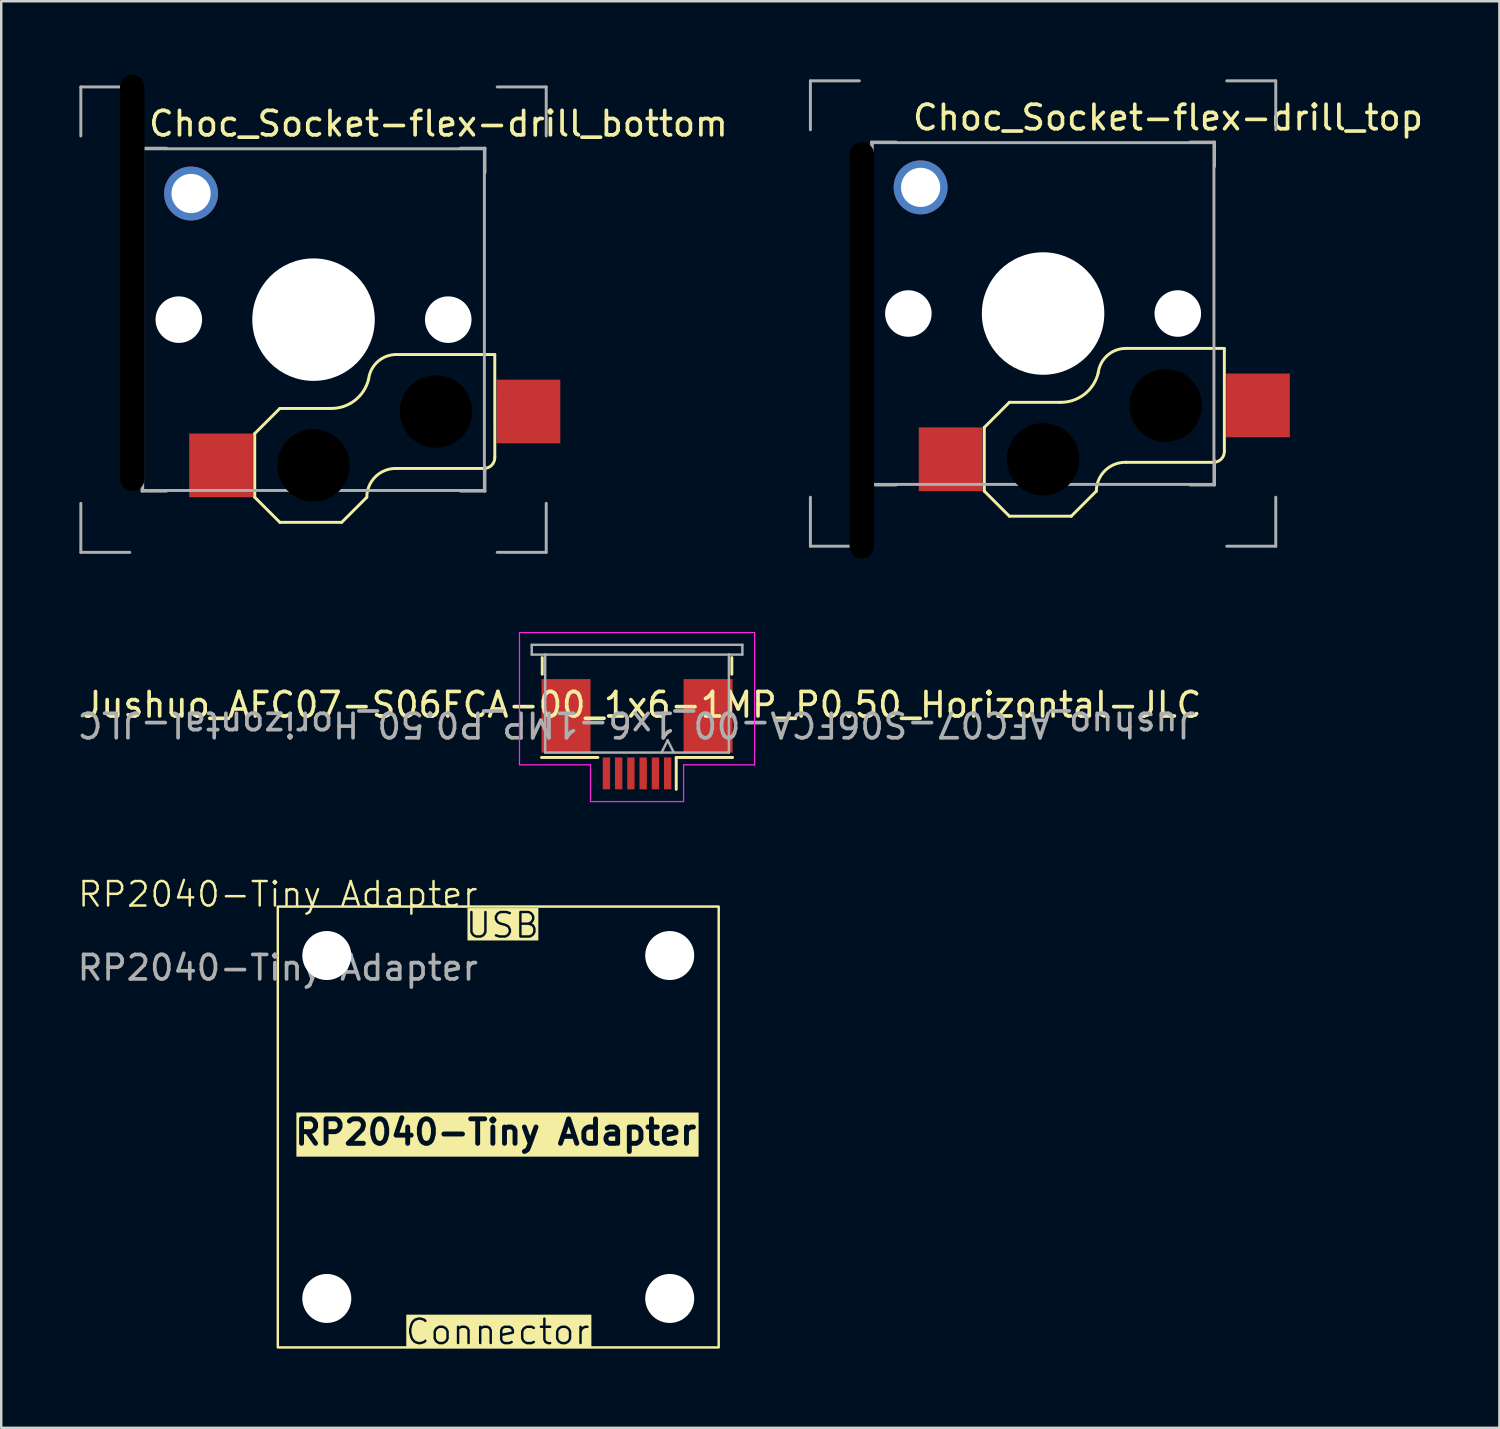
<source format=kicad_pcb>
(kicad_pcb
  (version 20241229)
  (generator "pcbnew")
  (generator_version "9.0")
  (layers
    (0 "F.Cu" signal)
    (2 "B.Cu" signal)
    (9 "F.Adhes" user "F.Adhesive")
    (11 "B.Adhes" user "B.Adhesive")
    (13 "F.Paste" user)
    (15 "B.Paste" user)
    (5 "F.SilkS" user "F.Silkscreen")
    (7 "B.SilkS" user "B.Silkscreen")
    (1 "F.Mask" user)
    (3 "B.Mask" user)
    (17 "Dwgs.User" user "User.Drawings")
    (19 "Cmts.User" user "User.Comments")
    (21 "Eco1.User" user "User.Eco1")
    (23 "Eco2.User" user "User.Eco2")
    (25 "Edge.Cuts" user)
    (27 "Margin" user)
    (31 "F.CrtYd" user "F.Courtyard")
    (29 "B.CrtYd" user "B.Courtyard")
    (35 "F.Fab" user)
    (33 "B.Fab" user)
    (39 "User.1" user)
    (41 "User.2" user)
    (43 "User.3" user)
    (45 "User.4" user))
  (footprint "Choc_Socket-flex-drill_top"
    (layer "F.Cu")
    (at 30.035 0.25)
    (property "Reference" "Choc_Socket-flex-drill_top" (at 14.6 1.5 0) (layer "F.SilkS") (effects (font (size 1 1) (thickness 0.15))))
    (attr through_hole)
    (fp_line (start 7.1 14.15) (end 7.1 16.75) (stroke (width 0.12) (type solid)) (layer "F.SilkS"))
    (fp_line (start 7.1 16.75) (end 8.125 17.775) (stroke (width 0.12) (type solid)) (layer "F.SilkS"))
    (fp_line (start 8.125 13.125) (end 7.1 14.15) (stroke (width 0.12) (type solid)) (layer "F.SilkS"))
    (fp_line (start 8.125 13.125) (end 10.2 13.125) (stroke (width 0.12) (type solid)) (layer "F.SilkS"))
    (fp_line (start 8.125 17.775) (end 10.65 17.775) (stroke (width 0.12) (type solid)) (layer "F.SilkS"))
    (fp_line (start 11.675 16.75) (end 10.65 17.775) (stroke (width 0.12) (type solid)) (layer "F.SilkS"))
    (fp_line (start 12.9 15.575) (end 16.45 15.575) (stroke (width 0.12) (type solid)) (layer "F.SilkS"))
    (fp_line (start 16.9 10.925) (end 12.85 10.925) (stroke (width 0.12) (type solid)) (layer "F.SilkS"))
    (fp_line (start 16.9 10.925) (end 16.901 15.125) (stroke (width 0.12) (type solid)) (layer "F.SilkS"))
    (fp_arc (start 11.675 16.75) (mid 12.038243 15.902636) (end 12.9 15.575) (stroke (width 0.12) (type solid)) (layer "F.SilkS"))
    (fp_arc (start 11.75 11.925) (mid 11.185967 12.797499) (end 10.2 13.125) (stroke (width 0.12) (type solid)) (layer "F.SilkS"))
    (fp_arc (start 11.75 11.925) (mid 12.11384 11.220224) (end 12.85 10.925) (stroke (width 0.12) (type solid)) (layer "F.SilkS"))
    (fp_arc (start 16.901028 15.125) (mid 16.770841 15.445544) (end 16.45 15.575) (stroke (width 0.12) (type solid)) (layer "F.SilkS"))
    (fp_line (start 0 0) (end 0 2) (stroke (width 0.12) (type solid)) (layer "F.Fab"))
    (fp_line (start 0 0) (end 2 0) (stroke (width 0.12) (type solid)) (layer "F.Fab"))
    (fp_line (start 0 19) (end 0 17) (stroke (width 0.12) (type solid)) (layer "F.Fab"))
    (fp_line (start 2 19) (end 0 19) (stroke (width 0.12) (type solid)) (layer "F.Fab"))
    (fp_line (start 2.5 2.5) (end 3.5 2.5) (stroke (width 0.12) (type solid)) (layer "F.Fab"))
    (fp_line (start 2.5 3.5) (end 2.5 2.5) (stroke (width 0.12) (type solid)) (layer "F.Fab"))
    (fp_line (start 2.5 15.5) (end 2.5 16.5) (stroke (width 0.12) (type solid)) (layer "F.Fab"))
    (fp_line (start 2.5 16.5) (end 3.5 16.5) (stroke (width 0.12) (type solid)) (layer "F.Fab"))
    (fp_line (start 2.525 2.525) (end 2.525 16.475) (stroke (width 0.12) (type solid)) (layer "F.Fab"))
    (fp_line (start 2.525 16.475) (end 16.475 16.475) (stroke (width 0.12) (type solid)) (layer "F.Fab"))
    (fp_line (start 15.5 2.5) (end 16.5 2.5) (stroke (width 0.12) (type solid)) (layer "F.Fab"))
    (fp_line (start 16.475 2.525) (end 2.525 2.525) (stroke (width 0.12) (type solid)) (layer "F.Fab"))
    (fp_line (start 16.475 16.475) (end 16.475 2.525) (stroke (width 0.12) (type solid)) (layer "F.Fab"))
    (fp_line (start 16.5 2.5) (end 16.5 3.5) (stroke (width 0.12) (type solid)) (layer "F.Fab"))
    (fp_line (start 16.5 16.5) (end 15.5 16.5) (stroke (width 0.12) (type solid)) (layer "F.Fab"))
    (fp_line (start 16.5 16.5) (end 16.5 15.5) (stroke (width 0.12) (type solid)) (layer "F.Fab"))
    (fp_line (start 17 0) (end 19 0) (stroke (width 0.12) (type solid)) (layer "F.Fab"))
    (fp_line (start 19 0) (end 19 2) (stroke (width 0.12) (type solid)) (layer "F.Fab"))
    (fp_line (start 19 17) (end 19 19) (stroke (width 0.12) (type solid)) (layer "F.Fab"))
    (fp_line (start 19 19) (end 17 19) (stroke (width 0.12) (type solid)) (layer "F.Fab"))
    (fp_line (start 4 10.55) (end 7.05 10.55) (stroke (width 0.1) (type default)) (layer "User.2"))
    (fp_line (start 4.35 14.05) (end 4.35 16.85) (stroke (width 0.1) (type default)) (layer "User.2"))
    (fp_line (start 7 14.05) (end 4.35 14.05) (stroke (width 0.1) (type default)) (layer "User.2"))
    (fp_line (start 7 14.05) (end 8.05 13) (stroke (width 0.1) (type default)) (layer "User.2"))
    (fp_line (start 7 16.85) (end 4.35 16.85) (stroke (width 0.1) (type default)) (layer "User.2"))
    (fp_line (start 7.1 8.451) (end 4 8.45) (stroke (width 0.1) (type default)) (layer "User.2"))
    (fp_line (start 8.05 13) (end 8.25 13) (stroke (width 0.1) (type default)) (layer "User.2"))
    (fp_line (start 8.05 17.9) (end 7 16.85) (stroke (width 0.1) (type default)) (layer "User.2"))
    (fp_line (start 8.05 17.9) (end 10.7 17.9) (stroke (width 0.1) (type default)) (layer "User.2"))
    (fp_line (start 8.25 13) (end 8.25 11.853) (stroke (width 0.1) (type default)) (layer "User.2"))
    (fp_line (start 10.7 17.9) (end 11.8 16.8) (stroke (width 0.1) (type default)) (layer "User.2"))
    (fp_line (start 12.9 15.7) (end 17.05 15.7) (stroke (width 0.1) (type default)) (layer "User.2"))
    (fp_line (start 15 8.45) (end 11.9 8.45) (stroke (width 0.1) (type default)) (layer "User.2"))
    (fp_line (start 16.05 10.8) (end 16.05 9.5) (stroke (width 0.1) (type default)) (layer "User.2"))
    (fp_line (start 17.05 10.8) (end 16.05 10.8) (stroke (width 0.1) (type default)) (layer "User.2"))
    (fp_line (start 17.05 11.85) (end 17.05 10.8) (stroke (width 0.1) (type default)) (layer "User.2"))
    (fp_line (start 17.05 11.85) (end 19.65 11.85) (stroke (width 0.1) (type default)) (layer "User.2"))
    (fp_line (start 17.05 14.65) (end 17.05 15.7) (stroke (width 0.1) (type default)) (layer "User.2"))
    (fp_line (start 17.05 14.65) (end 19.65 14.65) (stroke (width 0.1) (type default)) (layer "User.2"))
    (fp_line (start 19.65 14.65) (end 19.65 11.85) (stroke (width 0.1) (type default)) (layer "User.2"))
    (fp_arc (start 4 10.55) (mid 2.95 9.5) (end 4 8.45) (stroke (width 0.1) (type default)) (layer "User.2"))
    (fp_arc (start 7.100001 8.450001) (mid 9.5 6.880364) (end 11.899999 8.450001) (stroke (width 0.1) (type default)) (layer "User.2"))
    (fp_arc (start 8.25 11.853313) (mid 7.538888 11.304057) (end 7.050762 10.549674) (stroke (width 0.1) (type default)) (layer "User.2"))
    (fp_arc (start 11.8 16.8) (mid 12.122183 16.022183) (end 12.9 15.7) (stroke (width 0.1) (type default)) (layer "User.2"))
    (fp_arc (start 15 8.45) (mid 15.742462 8.757538) (end 16.05 9.5) (stroke (width 0.1) (type default)) (layer "User.2"))
    (fp_circle (center 4.5 4.35) (end 5.35 4.35) (stroke (width 0.1) (type default)) (fill no) (layer "User.2"))
    (fp_circle (center 4 9.5) (end 5 9.5) (stroke (width 0.1) (type default)) (fill no) (layer "User.3"))
    (fp_circle (center 4.5 4.35) (end 5.35 4.35) (stroke (width 0.1) (type default)) (fill no) (layer "User.3"))
    (fp_circle (center 9.5 9.5) (end 12.05 9.45) (stroke (width 0.1) (type default)) (fill no) (layer "User.3"))
    (fp_circle (center 9.5 15.45) (end 11.05 15.45) (stroke (width 0.1) (type default)) (fill no) (layer "User.3"))
    (fp_circle (center 14.5 13.25) (end 16.05 13.25) (stroke (width 0.1) (type default)) (fill no) (layer "User.3"))
    (fp_circle (center 15 9.5) (end 14 9.5) (stroke (width 0.1) (type default)) (fill no) (layer "User.3"))
    (pad "" np_thru_hole oval (at 2.1 11) (size 1 17) (drill oval 1 17) (layers "*.Mask"))
    (pad "" np_thru_hole circle (at 4 9.5 90) (size 1.9 1.9) (drill 1.9) (layers "*.Cu" "*.Mask"))
    (pad "" thru_hole circle (at 4.5 4.35 90) (size 2.2 2.2) (drill 1.6) (layers "*.Cu" "*.Mask"))
    (pad "" np_thru_hole circle (at 9.5 9.5 90) (size 5 5) (drill 5) (layers "*.Cu" "*.Mask"))
    (pad "" np_thru_hole circle (at 9.5 15.45) (size 2.96 2.96) (drill 2.96) (layers "*.Mask"))
    (pad "" np_thru_hole circle (at 14.5 13.25) (size 2.96 2.96) (drill 2.96) (layers "*.Mask"))
    (pad "" np_thru_hole circle (at 15 9.5 90) (size 1.9 1.9) (drill 1.9) (layers "*.Cu" "*.Mask"))
    (pad "1" smd rect (at 18.275 13.25) (size 2.6 2.6) (layers "F.Cu" "F.Mask" "F.Paste"))
    (pad "2" smd rect (at 5.725 15.45) (size 2.6 2.6) (layers "F.Cu" "F.Mask" "F.Paste")))
  (footprint "Choc_Socket-flex-drill_bottom"
    (layer "F.Cu")
    (at 0.25 0.5)
    (property "Reference" "Choc_Socket-flex-drill_bottom" (at 14.6 1.5 0) (layer "F.SilkS") (effects (font (size 1 1) (thickness 0.15))))
    (attr through_hole)
    (fp_line (start 7.1 14.15) (end 7.1 16.75) (stroke (width 0.12) (type solid)) (layer "F.SilkS"))
    (fp_line (start 7.1 16.75) (end 8.125 17.775) (stroke (width 0.12) (type solid)) (layer "F.SilkS"))
    (fp_line (start 8.125 13.125) (end 7.1 14.15) (stroke (width 0.12) (type solid)) (layer "F.SilkS"))
    (fp_line (start 8.125 13.125) (end 10.2 13.125) (stroke (width 0.12) (type solid)) (layer "F.SilkS"))
    (fp_line (start 8.125 17.775) (end 10.65 17.775) (stroke (width 0.12) (type solid)) (layer "F.SilkS"))
    (fp_line (start 11.675 16.75) (end 10.65 17.775) (stroke (width 0.12) (type solid)) (layer "F.SilkS"))
    (fp_line (start 12.9 15.575) (end 16.45 15.575) (stroke (width 0.12) (type solid)) (layer "F.SilkS"))
    (fp_line (start 16.9 10.925) (end 12.85 10.925) (stroke (width 0.12) (type solid)) (layer "F.SilkS"))
    (fp_line (start 16.9 10.925) (end 16.901 15.125) (stroke (width 0.12) (type solid)) (layer "F.SilkS"))
    (fp_arc (start 11.675 16.75) (mid 12.038243 15.902636) (end 12.9 15.575) (stroke (width 0.12) (type solid)) (layer "F.SilkS"))
    (fp_arc (start 11.75 11.925) (mid 11.185967 12.797499) (end 10.2 13.125) (stroke (width 0.12) (type solid)) (layer "F.SilkS"))
    (fp_arc (start 11.75 11.925) (mid 12.11384 11.220224) (end 12.85 10.925) (stroke (width 0.12) (type solid)) (layer "F.SilkS"))
    (fp_arc (start 16.901028 15.125) (mid 16.770841 15.445544) (end 16.45 15.575) (stroke (width 0.12) (type solid)) (layer "F.SilkS"))
    (fp_line (start 0 0) (end 0 2) (stroke (width 0.12) (type solid)) (layer "F.Fab"))
    (fp_line (start 0 0) (end 2 0) (stroke (width 0.12) (type solid)) (layer "F.Fab"))
    (fp_line (start 0 19) (end 0 17) (stroke (width 0.12) (type solid)) (layer "F.Fab"))
    (fp_line (start 2 19) (end 0 19) (stroke (width 0.12) (type solid)) (layer "F.Fab"))
    (fp_line (start 2.5 2.5) (end 3.5 2.5) (stroke (width 0.12) (type solid)) (layer "F.Fab"))
    (fp_line (start 2.5 3.5) (end 2.5 2.5) (stroke (width 0.12) (type solid)) (layer "F.Fab"))
    (fp_line (start 2.5 15.5) (end 2.5 16.5) (stroke (width 0.12) (type solid)) (layer "F.Fab"))
    (fp_line (start 2.5 16.5) (end 3.5 16.5) (stroke (width 0.12) (type solid)) (layer "F.Fab"))
    (fp_line (start 2.525 2.525) (end 2.525 16.475) (stroke (width 0.12) (type solid)) (layer "F.Fab"))
    (fp_line (start 2.525 16.475) (end 16.475 16.475) (stroke (width 0.12) (type solid)) (layer "F.Fab"))
    (fp_line (start 15.5 2.5) (end 16.5 2.5) (stroke (width 0.12) (type solid)) (layer "F.Fab"))
    (fp_line (start 16.475 2.525) (end 2.525 2.525) (stroke (width 0.12) (type solid)) (layer "F.Fab"))
    (fp_line (start 16.475 16.475) (end 16.475 2.525) (stroke (width 0.12) (type solid)) (layer "F.Fab"))
    (fp_line (start 16.5 2.5) (end 16.5 3.5) (stroke (width 0.12) (type solid)) (layer "F.Fab"))
    (fp_line (start 16.5 16.5) (end 15.5 16.5) (stroke (width 0.12) (type solid)) (layer "F.Fab"))
    (fp_line (start 16.5 16.5) (end 16.5 15.5) (stroke (width 0.12) (type solid)) (layer "F.Fab"))
    (fp_line (start 17 0) (end 19 0) (stroke (width 0.12) (type solid)) (layer "F.Fab"))
    (fp_line (start 19 0) (end 19 2) (stroke (width 0.12) (type solid)) (layer "F.Fab"))
    (fp_line (start 19 17) (end 19 19) (stroke (width 0.12) (type solid)) (layer "F.Fab"))
    (fp_line (start 19 19) (end 17 19) (stroke (width 0.12) (type solid)) (layer "F.Fab"))
    (fp_line (start 4 10.55) (end 7.05 10.55) (stroke (width 0.1) (type default)) (layer "User.2"))
    (fp_line (start 4.35 14.05) (end 4.35 16.85) (stroke (width 0.1) (type default)) (layer "User.2"))
    (fp_line (start 7 14.05) (end 4.35 14.05) (stroke (width 0.1) (type default)) (layer "User.2"))
    (fp_line (start 7 14.05) (end 8.05 13) (stroke (width 0.1) (type default)) (layer "User.2"))
    (fp_line (start 7 16.85) (end 4.35 16.85) (stroke (width 0.1) (type default)) (layer "User.2"))
    (fp_line (start 7.1 8.451) (end 4 8.45) (stroke (width 0.1) (type default)) (layer "User.2"))
    (fp_line (start 8.05 13) (end 8.25 13) (stroke (width 0.1) (type default)) (layer "User.2"))
    (fp_line (start 8.05 17.9) (end 7 16.85) (stroke (width 0.1) (type default)) (layer "User.2"))
    (fp_line (start 8.05 17.9) (end 10.7 17.9) (stroke (width 0.1) (type default)) (layer "User.2"))
    (fp_line (start 8.25 13) (end 8.25 11.853) (stroke (width 0.1) (type default)) (layer "User.2"))
    (fp_line (start 10.7 17.9) (end 11.8 16.8) (stroke (width 0.1) (type default)) (layer "User.2"))
    (fp_line (start 12.9 15.7) (end 17.05 15.7) (stroke (width 0.1) (type default)) (layer "User.2"))
    (fp_line (start 15 8.45) (end 11.9 8.45) (stroke (width 0.1) (type default)) (layer "User.2"))
    (fp_line (start 16.05 10.8) (end 16.05 9.5) (stroke (width 0.1) (type default)) (layer "User.2"))
    (fp_line (start 17.05 10.8) (end 16.05 10.8) (stroke (width 0.1) (type default)) (layer "User.2"))
    (fp_line (start 17.05 11.85) (end 17.05 10.8) (stroke (width 0.1) (type default)) (layer "User.2"))
    (fp_line (start 17.05 11.85) (end 19.65 11.85) (stroke (width 0.1) (type default)) (layer "User.2"))
    (fp_line (start 17.05 14.65) (end 17.05 15.7) (stroke (width 0.1) (type default)) (layer "User.2"))
    (fp_line (start 17.05 14.65) (end 19.65 14.65) (stroke (width 0.1) (type default)) (layer "User.2"))
    (fp_line (start 19.65 14.65) (end 19.65 11.85) (stroke (width 0.1) (type default)) (layer "User.2"))
    (fp_arc (start 4 10.55) (mid 2.95 9.5) (end 4 8.45) (stroke (width 0.1) (type default)) (layer "User.2"))
    (fp_arc (start 7.100001 8.450001) (mid 9.5 6.880364) (end 11.899999 8.450001) (stroke (width 0.1) (type default)) (layer "User.2"))
    (fp_arc (start 8.25 11.853313) (mid 7.538888 11.304057) (end 7.050762 10.549674) (stroke (width 0.1) (type default)) (layer "User.2"))
    (fp_arc (start 11.8 16.8) (mid 12.122183 16.022183) (end 12.9 15.7) (stroke (width 0.1) (type default)) (layer "User.2"))
    (fp_arc (start 15 8.45) (mid 15.742462 8.757538) (end 16.05 9.5) (stroke (width 0.1) (type default)) (layer "User.2"))
    (fp_circle (center 4.5 4.35) (end 5.35 4.35) (stroke (width 0.1) (type default)) (fill no) (layer "User.2"))
    (fp_circle (center 4 9.5) (end 5 9.5) (stroke (width 0.1) (type default)) (fill no) (layer "User.3"))
    (fp_circle (center 4.5 4.35) (end 5.35 4.35) (stroke (width 0.1) (type default)) (fill no) (layer "User.3"))
    (fp_circle (center 9.5 9.5) (end 12.05 9.45) (stroke (width 0.1) (type default)) (fill no) (layer "User.3"))
    (fp_circle (center 9.5 15.45) (end 11.05 15.45) (stroke (width 0.1) (type default)) (fill no) (layer "User.3"))
    (fp_circle (center 14.5 13.25) (end 16.05 13.25) (stroke (width 0.1) (type default)) (fill no) (layer "User.3"))
    (fp_circle (center 15 9.5) (end 14 9.5) (stroke (width 0.1) (type default)) (fill no) (layer "User.3"))
    (pad "" np_thru_hole oval (at 2.1 8) (size 1 17) (drill oval 1 17) (layers "*.Mask"))
    (pad "" np_thru_hole circle (at 4 9.5 90) (size 1.9 1.9) (drill 1.9) (layers "*.Cu" "*.Mask"))
    (pad "" thru_hole circle (at 4.5 4.35 90) (size 2.2 2.2) (drill 1.6) (layers "*.Cu" "*.Mask"))
    (pad "" np_thru_hole circle (at 9.5 9.5 90) (size 5 5) (drill 5) (layers "*.Cu" "*.Mask"))
    (pad "" np_thru_hole circle (at 9.5 15.45) (size 2.96 2.96) (drill 2.96) (layers "*.Mask"))
    (pad "" np_thru_hole circle (at 14.5 13.25) (size 2.96 2.96) (drill 2.96) (layers "*.Mask"))
    (pad "" np_thru_hole circle (at 15 9.5 90) (size 1.9 1.9) (drill 1.9) (layers "*.Cu" "*.Mask"))
    (pad "1" smd rect (at 18.275 13.25) (size 2.6 2.6) (layers "F.Cu" "F.Mask" "F.Paste"))
    (pad "2" smd rect (at 5.725 15.45) (size 2.6 2.6) (layers "F.Cu" "F.Mask" "F.Paste")))
  (footprint "Jushuo_AFC07-S06FCA-00_1x6-1MP_P0.50_Horizontal-JLC"
    (layer "F.Cu")
    (at 22.958 27.675)
    (property "Reference" "Jushuo_AFC07-S06FCA-00_1x6-1MP_P0.50_Horizontal-JLC" (at 0.2 -1.95 180) (layer "F.SilkS") (effects (font (size 1 1) (thickness 0.15))))
    (attr smd)
    (fp_line (start -3.87 -3.2) (end -3.87 -3.88) (stroke (width 0.12) (type solid)) (layer "F.SilkS"))
    (fp_line (start -1.6 0.2) (end -3.9 0.2) (stroke (width 0.12) (type solid)) (layer "F.SilkS"))
    (fp_line (start 1.6 0.2) (end 1.6 1.5) (stroke (width 0.12) (type solid)) (layer "F.SilkS"))
    (fp_line (start 1.6 0.2) (end 3.9 0.2) (stroke (width 0.12) (type solid)) (layer "F.SilkS"))
    (fp_line (start 3.87 -3.2) (end 3.87 -3.88) (stroke (width 0.12) (type solid)) (layer "F.SilkS"))
    (fp_line (start -4.8 -4.9) (end -4.8 0.5) (stroke (width 0.05) (type solid)) (layer "F.CrtYd"))
    (fp_line (start -4.8 0.5) (end -1.9 0.5) (stroke (width 0.05) (type solid)) (layer "F.CrtYd"))
    (fp_line (start -1.9 0.5) (end -1.9 2) (stroke (width 0.05) (type solid)) (layer "F.CrtYd"))
    (fp_line (start -1.9 2) (end 1.9 2) (stroke (width 0.05) (type solid)) (layer "F.CrtYd"))
    (fp_line (start 1.9 0.5) (end 4.8 0.5) (stroke (width 0.05) (type solid)) (layer "F.CrtYd"))
    (fp_line (start 1.9 2) (end 1.9 0.5) (stroke (width 0.05) (type solid)) (layer "F.CrtYd"))
    (fp_line (start 4.8 -4.9) (end -4.8 -4.9) (stroke (width 0.05) (type solid)) (layer "F.CrtYd"))
    (fp_line (start 4.8 0.5) (end 4.8 -4.9) (stroke (width 0.05) (type solid)) (layer "F.CrtYd"))
    (fp_line (start -4.3 -4.4) (end -4.3 -4) (stroke (width 0.1) (type solid)) (layer "F.Fab"))
    (fp_line (start -4.3 -4) (end -3.75 -4) (stroke (width 0.1) (type solid)) (layer "F.Fab"))
    (fp_line (start -3.75 -4) (end -3.75 0) (stroke (width 0.1) (type solid)) (layer "F.Fab"))
    (fp_line (start -3.75 -4) (end 3.75 -4) (stroke (width 0.1) (type solid)) (layer "F.Fab"))
    (fp_line (start 1.25 -0.5) (end 1 0) (stroke (width 0.1) (type solid)) (layer "F.Fab"))
    (fp_line (start 1.5 0) (end 1.25 -0.5) (stroke (width 0.1) (type solid)) (layer "F.Fab"))
    (fp_line (start 3.75 -4) (end 3.75 0) (stroke (width 0.1) (type solid)) (layer "F.Fab"))
    (fp_line (start 3.75 -4) (end 4.3 -4) (stroke (width 0.1) (type solid)) (layer "F.Fab"))
    (fp_line (start 3.75 0) (end -3.75 0) (stroke (width 0.1) (type solid)) (layer "F.Fab"))
    (fp_line (start 4.3 -4.4) (end -4.3 -4.4) (stroke (width 0.1) (type solid)) (layer "F.Fab"))
    (fp_line (start 4.3 -4) (end 4.3 -4.4) (stroke (width 0.1) (type solid)) (layer "F.Fab"))
    (fp_text user "${REFERENCE}" (at 0 -1.15 180) (unlocked yes) (layer "F.Fab") (effects (font (size 1 1) (thickness 0.15))))
    (pad "" smd rect (at -2.9 -1.5 180) (size 2 3) (layers "F.Cu" "F.Mask" "F.Paste"))
    (pad "" smd rect (at 2.9 -1.5 180) (size 2 3) (layers "F.Cu" "F.Mask" "F.Paste"))
    (pad "1" smd rect (at 1.25 0.85 180) (size 0.3 1.3) (layers "F.Cu" "F.Mask" "F.Paste"))
    (pad "2" smd rect (at 0.75 0.85 180) (size 0.3 1.3) (layers "F.Cu" "F.Mask" "F.Paste"))
    (pad "3" smd rect (at 0.25 0.85 180) (size 0.3 1.3) (layers "F.Cu" "F.Mask" "F.Paste"))
    (pad "4" smd rect (at -0.25 0.85 180) (size 0.3 1.3) (layers "F.Cu" "F.Mask" "F.Paste"))
    (pad "5" smd rect (at -0.75 0.85 180) (size 0.3 1.3) (layers "F.Cu" "F.Mask" "F.Paste"))
    (pad "6" smd rect (at -1.25 0.85 180) (size 0.3 1.3) (layers "F.Cu" "F.Mask" "F.Paste")))
  (footprint "RP2040-Tiny Adapter"
    (layer "F.Cu")
    (at 8.292 33.961)
    (property "Reference" "RP2040-Tiny Adapter" (at 0 -0.5 0) (unlocked yes) (layer "F.SilkS") (effects (font (size 1 1) (thickness 0.1))))
    (fp_rect (start 0 0) (end 18 18) (stroke (width 0.1) (type default)) (fill no) (layer "F.SilkS"))
    (fp_text user "Connector" (at 5.15 17.95 0) (unlocked yes) (layer "F.SilkS" knockout) (effects (font (size 1 1) (thickness 0.1)) (justify left bottom)))
    (fp_text user "RP2040-Tiny Adapter" (at 0.6 9.8 0) (unlocked yes) (layer "F.SilkS" knockout) (effects (font (size 1 1) (thickness 0.2) (bold yes)) (justify left bottom)))
    (fp_text user "USB" (at 7.6 1.35 0) (unlocked yes) (layer "F.SilkS" knockout) (effects (font (size 1 1) (thickness 0.1)) (justify left bottom)))
    (fp_text user "${REFERENCE}" (at 0 2.5 0) (unlocked yes) (layer "F.Fab") (effects (font (size 1 1) (thickness 0.15))))
    (pad "" np_thru_hole circle (at 2 2) (size 2 2) (drill 2) (layers "*.Cu" "*.Mask"))
    (pad "" np_thru_hole circle (at 2 16) (size 2 2) (drill 2) (layers "*.Cu" "*.Mask"))
    (pad "" np_thru_hole circle (at 16 2) (size 2 2) (drill 2) (layers "*.Cu" "*.Mask"))
    (pad "" np_thru_hole circle (at 16 16) (size 2 2) (drill 2) (layers "*.Cu" "*.Mask")))
  (gr_rect
    (start -3 -3)
    (end 58.164 55.243)
    (stroke (width 0.1) (type default))
    (fill no)
    (layer "Edge.Cuts")))
</source>
